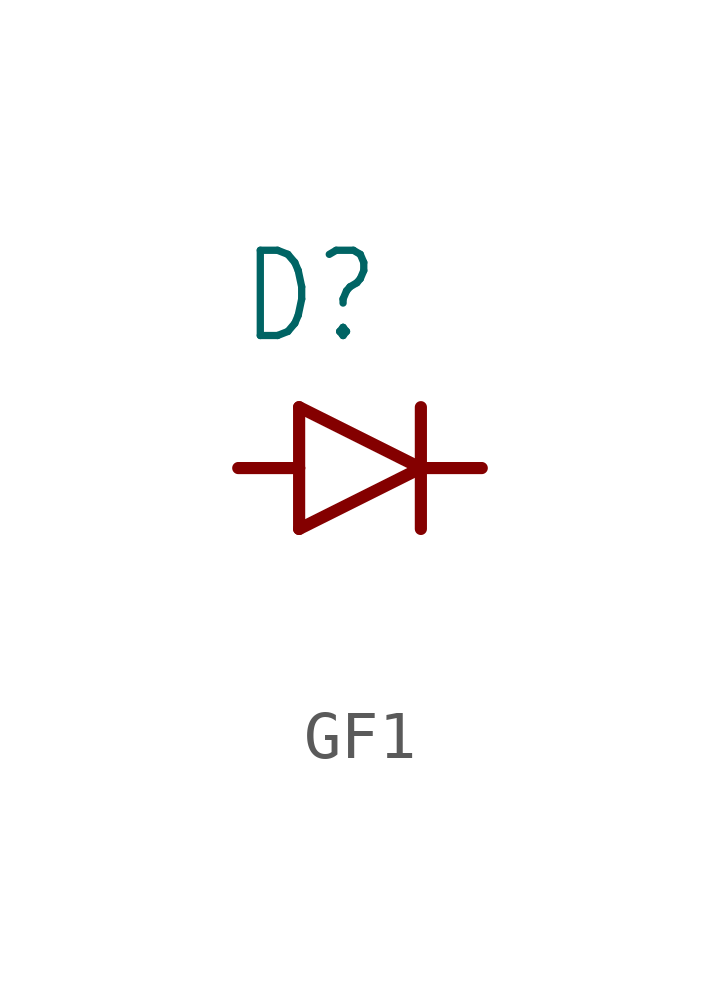
<source format=kicad_sym>
(kicad_symbol_lib
  (version 20241209)
  (generator "kicad_symbol_editor")
  (generator_version "9.0")
  (symbol "GF1"
    (property "Reference" "D"
      (at -2.54 2.54 0)
      (effects (font (size 1.778 1.511)) (justify left bottom)))
    (property "Value" ""
      (at -2.54 -3.81 0)
      (effects (font (size 1.778 1.511)) (justify left bottom)))
    (property "ki_locked" ""
      (at 0 0 0)
      (effects (font (size 1.27 1.27))))
    (symbol "GF1_1_0"
      (polyline (pts (xy -1.27 1.27) (xy -1.27 0)) (stroke (width 0.254) (type solid)) (fill (type none)))
      (polyline (pts (xy -1.27 0) (xy -2.54 0)) (stroke (width 0.254) (type solid)) (fill (type none)))
      (polyline (pts (xy -1.27 0) (xy -1.27 -1.27)) (stroke (width 0.254) (type solid)) (fill (type none)))
      (polyline (pts (xy -1.27 -1.27) (xy 1.27 0)) (stroke (width 0.254) (type solid)) (fill (type none)))
      (polyline (pts (xy 1.27 1.27) (xy 1.27 0)) (stroke (width 0.254) (type solid)) (fill (type none)))
      (polyline (pts (xy 1.27 0) (xy -1.27 1.27)) (stroke (width 0.254) (type solid)) (fill (type none)))
      (polyline (pts (xy 1.27 0) (xy 1.27 -1.27)) (stroke (width 0.254) (type solid)) (fill (type none)))
      (polyline (pts (xy 1.27 0) (xy 2.54 0)) (stroke (width 0.254) (type solid)) (fill (type none)))
      (pin passive line (at -2.54 0 0) (length 0) (name "A" (effects (font (size 0 0)))) (number "A" (effects (font (size 0 0)))))
      (pin passive line (at 2.54 0 180) (length 0) (name "C" (effects (font (size 0 0)))) (number "K" (effects (font (size 0 0))))))))
</source>
